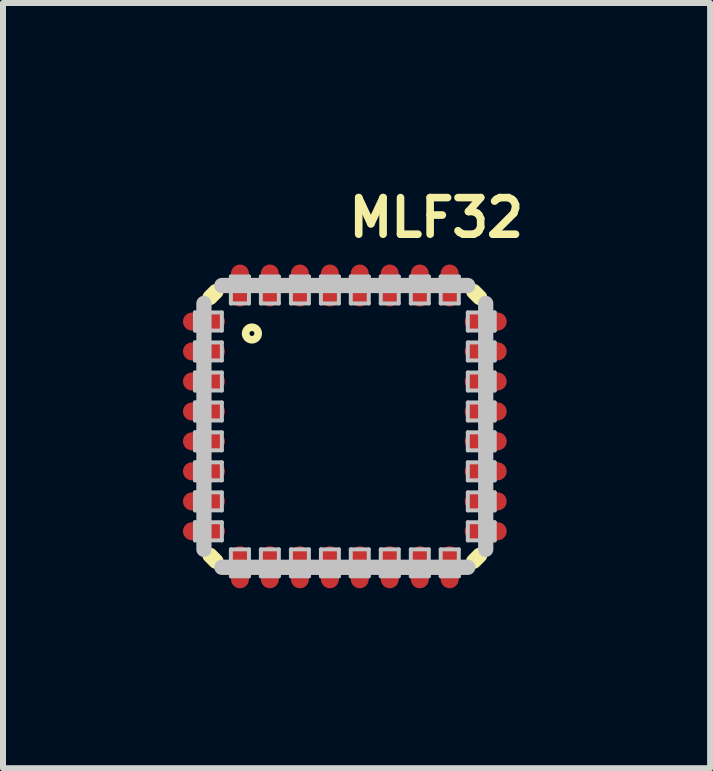
<source format=kicad_pcb>
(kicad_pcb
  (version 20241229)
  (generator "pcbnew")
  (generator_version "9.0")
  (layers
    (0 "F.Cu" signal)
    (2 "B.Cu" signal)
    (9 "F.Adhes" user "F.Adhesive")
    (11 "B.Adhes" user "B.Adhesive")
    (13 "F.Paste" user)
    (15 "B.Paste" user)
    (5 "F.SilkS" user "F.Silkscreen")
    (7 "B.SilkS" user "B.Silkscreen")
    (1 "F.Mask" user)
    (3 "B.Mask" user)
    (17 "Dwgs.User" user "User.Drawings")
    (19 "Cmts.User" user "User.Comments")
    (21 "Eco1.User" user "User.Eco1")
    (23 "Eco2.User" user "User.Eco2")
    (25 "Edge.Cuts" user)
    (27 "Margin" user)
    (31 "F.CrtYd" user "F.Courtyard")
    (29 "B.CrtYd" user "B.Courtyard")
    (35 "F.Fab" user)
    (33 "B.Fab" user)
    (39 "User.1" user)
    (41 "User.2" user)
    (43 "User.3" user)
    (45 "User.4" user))
  (footprint "MLF32"
    (layer "F.Cu")
    (at 2.699 4.059)
    (property "Reference" "MLF32" (at 1.524 -3.48 0) (layer "F.SilkS") (effects (font (size 0.61 0.61) (thickness 0.127))))
    (attr smd)
    (fp_line (start -2.248 -2.149) (end -2.149 -2.248) (stroke (width 0.254) (type solid)) (layer "F.SilkS"))
    (fp_line (start -2.149 2.248) (end -2.248 2.149) (stroke (width 0.254) (type solid)) (layer "F.SilkS"))
    (fp_line (start 2.149 -2.248) (end 2.248 -2.149) (stroke (width 0.254) (type solid)) (layer "F.SilkS"))
    (fp_line (start 2.248 2.149) (end 2.149 2.248) (stroke (width 0.254) (type solid)) (layer "F.SilkS"))
    (fp_circle (center -1.549 -1.549) (end -1.623 -1.623) (stroke (width 0.127) (type solid)) (fill no) (layer "F.SilkS"))
    (fp_line (start -2.499 -1.9) (end -2.05 -1.9) (stroke (width 0.066) (type solid)) (layer "Dwgs.User"))
    (fp_line (start -2.499 -1.598) (end -2.499 -1.9) (stroke (width 0.066) (type solid)) (layer "Dwgs.User"))
    (fp_line (start -2.499 -1.598) (end -2.05 -1.598) (stroke (width 0.066) (type solid)) (layer "Dwgs.User"))
    (fp_line (start -2.499 -1.4) (end -2.05 -1.4) (stroke (width 0.066) (type solid)) (layer "Dwgs.User"))
    (fp_line (start -2.499 -1.1) (end -2.499 -1.4) (stroke (width 0.066) (type solid)) (layer "Dwgs.User"))
    (fp_line (start -2.499 -1.1) (end -2.05 -1.1) (stroke (width 0.066) (type solid)) (layer "Dwgs.User"))
    (fp_line (start -2.499 -0.899) (end -2.05 -0.899) (stroke (width 0.066) (type solid)) (layer "Dwgs.User"))
    (fp_line (start -2.499 -0.599) (end -2.499 -0.899) (stroke (width 0.066) (type solid)) (layer "Dwgs.User"))
    (fp_line (start -2.499 -0.599) (end -2.05 -0.599) (stroke (width 0.066) (type solid)) (layer "Dwgs.User"))
    (fp_line (start -2.499 -0.399) (end -2.05 -0.399) (stroke (width 0.066) (type solid)) (layer "Dwgs.User"))
    (fp_line (start -2.499 -0.099) (end -2.499 -0.399) (stroke (width 0.066) (type solid)) (layer "Dwgs.User"))
    (fp_line (start -2.499 -0.099) (end -2.05 -0.099) (stroke (width 0.066) (type solid)) (layer "Dwgs.User"))
    (fp_line (start -2.499 0.099) (end -2.05 0.099) (stroke (width 0.066) (type solid)) (layer "Dwgs.User"))
    (fp_line (start -2.499 0.399) (end -2.499 0.099) (stroke (width 0.066) (type solid)) (layer "Dwgs.User"))
    (fp_line (start -2.499 0.399) (end -2.05 0.399) (stroke (width 0.066) (type solid)) (layer "Dwgs.User"))
    (fp_line (start -2.499 0.599) (end -2.05 0.599) (stroke (width 0.066) (type solid)) (layer "Dwgs.User"))
    (fp_line (start -2.499 0.899) (end -2.499 0.599) (stroke (width 0.066) (type solid)) (layer "Dwgs.User"))
    (fp_line (start -2.499 0.899) (end -2.05 0.899) (stroke (width 0.066) (type solid)) (layer "Dwgs.User"))
    (fp_line (start -2.499 1.1) (end -2.05 1.1) (stroke (width 0.066) (type solid)) (layer "Dwgs.User"))
    (fp_line (start -2.499 1.4) (end -2.499 1.1) (stroke (width 0.066) (type solid)) (layer "Dwgs.User"))
    (fp_line (start -2.499 1.4) (end -2.05 1.4) (stroke (width 0.066) (type solid)) (layer "Dwgs.User"))
    (fp_line (start -2.499 1.598) (end -2.05 1.598) (stroke (width 0.066) (type solid)) (layer "Dwgs.User"))
    (fp_line (start -2.499 1.9) (end -2.499 1.598) (stroke (width 0.066) (type solid)) (layer "Dwgs.User"))
    (fp_line (start -2.499 1.9) (end -2.05 1.9) (stroke (width 0.066) (type solid)) (layer "Dwgs.User"))
    (fp_line (start -2.349 2.05) (end -2.349 -2.05) (stroke (width 0.254) (type solid)) (layer "Dwgs.User"))
    (fp_line (start -2.05 -2.349) (end 2.05 -2.349) (stroke (width 0.254) (type solid)) (layer "Dwgs.User"))
    (fp_line (start -2.05 -1.598) (end -2.05 -1.9) (stroke (width 0.066) (type solid)) (layer "Dwgs.User"))
    (fp_line (start -2.05 -1.1) (end -2.05 -1.4) (stroke (width 0.066) (type solid)) (layer "Dwgs.User"))
    (fp_line (start -2.05 -0.599) (end -2.05 -0.899) (stroke (width 0.066) (type solid)) (layer "Dwgs.User"))
    (fp_line (start -2.05 -0.099) (end -2.05 -0.399) (stroke (width 0.066) (type solid)) (layer "Dwgs.User"))
    (fp_line (start -2.05 0.399) (end -2.05 0.099) (stroke (width 0.066) (type solid)) (layer "Dwgs.User"))
    (fp_line (start -2.05 0.899) (end -2.05 0.599) (stroke (width 0.066) (type solid)) (layer "Dwgs.User"))
    (fp_line (start -2.05 1.4) (end -2.05 1.1) (stroke (width 0.066) (type solid)) (layer "Dwgs.User"))
    (fp_line (start -2.05 1.9) (end -2.05 1.598) (stroke (width 0.066) (type solid)) (layer "Dwgs.User"))
    (fp_line (start -1.9 -2.499) (end -1.598 -2.499) (stroke (width 0.066) (type solid)) (layer "Dwgs.User"))
    (fp_line (start -1.9 -2.05) (end -1.9 -2.499) (stroke (width 0.066) (type solid)) (layer "Dwgs.User"))
    (fp_line (start -1.9 -2.05) (end -1.598 -2.05) (stroke (width 0.066) (type solid)) (layer "Dwgs.User"))
    (fp_line (start -1.9 2.05) (end -1.598 2.05) (stroke (width 0.066) (type solid)) (layer "Dwgs.User"))
    (fp_line (start -1.9 2.499) (end -1.9 2.05) (stroke (width 0.066) (type solid)) (layer "Dwgs.User"))
    (fp_line (start -1.9 2.499) (end -1.598 2.499) (stroke (width 0.066) (type solid)) (layer "Dwgs.User"))
    (fp_line (start -1.598 -2.05) (end -1.598 -2.499) (stroke (width 0.066) (type solid)) (layer "Dwgs.User"))
    (fp_line (start -1.598 2.499) (end -1.598 2.05) (stroke (width 0.066) (type solid)) (layer "Dwgs.User"))
    (fp_line (start -1.4 -2.499) (end -1.1 -2.499) (stroke (width 0.066) (type solid)) (layer "Dwgs.User"))
    (fp_line (start -1.4 -2.05) (end -1.4 -2.499) (stroke (width 0.066) (type solid)) (layer "Dwgs.User"))
    (fp_line (start -1.4 -2.05) (end -1.1 -2.05) (stroke (width 0.066) (type solid)) (layer "Dwgs.User"))
    (fp_line (start -1.4 2.05) (end -1.1 2.05) (stroke (width 0.066) (type solid)) (layer "Dwgs.User"))
    (fp_line (start -1.4 2.499) (end -1.4 2.05) (stroke (width 0.066) (type solid)) (layer "Dwgs.User"))
    (fp_line (start -1.4 2.499) (end -1.1 2.499) (stroke (width 0.066) (type solid)) (layer "Dwgs.User"))
    (fp_line (start -1.1 -2.05) (end -1.1 -2.499) (stroke (width 0.066) (type solid)) (layer "Dwgs.User"))
    (fp_line (start -1.1 2.499) (end -1.1 2.05) (stroke (width 0.066) (type solid)) (layer "Dwgs.User"))
    (fp_line (start -0.899 -2.499) (end -0.599 -2.499) (stroke (width 0.066) (type solid)) (layer "Dwgs.User"))
    (fp_line (start -0.899 -2.05) (end -0.899 -2.499) (stroke (width 0.066) (type solid)) (layer "Dwgs.User"))
    (fp_line (start -0.899 -2.05) (end -0.599 -2.05) (stroke (width 0.066) (type solid)) (layer "Dwgs.User"))
    (fp_line (start -0.899 2.05) (end -0.599 2.05) (stroke (width 0.066) (type solid)) (layer "Dwgs.User"))
    (fp_line (start -0.899 2.499) (end -0.899 2.05) (stroke (width 0.066) (type solid)) (layer "Dwgs.User"))
    (fp_line (start -0.899 2.499) (end -0.599 2.499) (stroke (width 0.066) (type solid)) (layer "Dwgs.User"))
    (fp_line (start -0.599 -2.05) (end -0.599 -2.499) (stroke (width 0.066) (type solid)) (layer "Dwgs.User"))
    (fp_line (start -0.599 2.499) (end -0.599 2.05) (stroke (width 0.066) (type solid)) (layer "Dwgs.User"))
    (fp_line (start -0.399 -2.499) (end -0.099 -2.499) (stroke (width 0.066) (type solid)) (layer "Dwgs.User"))
    (fp_line (start -0.399 -2.05) (end -0.399 -2.499) (stroke (width 0.066) (type solid)) (layer "Dwgs.User"))
    (fp_line (start -0.399 -2.05) (end -0.099 -2.05) (stroke (width 0.066) (type solid)) (layer "Dwgs.User"))
    (fp_line (start -0.399 2.05) (end -0.099 2.05) (stroke (width 0.066) (type solid)) (layer "Dwgs.User"))
    (fp_line (start -0.399 2.499) (end -0.399 2.05) (stroke (width 0.066) (type solid)) (layer "Dwgs.User"))
    (fp_line (start -0.399 2.499) (end -0.099 2.499) (stroke (width 0.066) (type solid)) (layer "Dwgs.User"))
    (fp_line (start -0.099 -2.05) (end -0.099 -2.499) (stroke (width 0.066) (type solid)) (layer "Dwgs.User"))
    (fp_line (start -0.099 2.499) (end -0.099 2.05) (stroke (width 0.066) (type solid)) (layer "Dwgs.User"))
    (fp_line (start 0.099 -2.499) (end 0.399 -2.499) (stroke (width 0.066) (type solid)) (layer "Dwgs.User"))
    (fp_line (start 0.099 -2.05) (end 0.099 -2.499) (stroke (width 0.066) (type solid)) (layer "Dwgs.User"))
    (fp_line (start 0.099 -2.05) (end 0.399 -2.05) (stroke (width 0.066) (type solid)) (layer "Dwgs.User"))
    (fp_line (start 0.099 2.05) (end 0.399 2.05) (stroke (width 0.066) (type solid)) (layer "Dwgs.User"))
    (fp_line (start 0.099 2.499) (end 0.099 2.05) (stroke (width 0.066) (type solid)) (layer "Dwgs.User"))
    (fp_line (start 0.099 2.499) (end 0.399 2.499) (stroke (width 0.066) (type solid)) (layer "Dwgs.User"))
    (fp_line (start 0.399 -2.05) (end 0.399 -2.499) (stroke (width 0.066) (type solid)) (layer "Dwgs.User"))
    (fp_line (start 0.399 2.499) (end 0.399 2.05) (stroke (width 0.066) (type solid)) (layer "Dwgs.User"))
    (fp_line (start 0.599 -2.499) (end 0.899 -2.499) (stroke (width 0.066) (type solid)) (layer "Dwgs.User"))
    (fp_line (start 0.599 -2.05) (end 0.599 -2.499) (stroke (width 0.066) (type solid)) (layer "Dwgs.User"))
    (fp_line (start 0.599 -2.05) (end 0.899 -2.05) (stroke (width 0.066) (type solid)) (layer "Dwgs.User"))
    (fp_line (start 0.599 2.05) (end 0.899 2.05) (stroke (width 0.066) (type solid)) (layer "Dwgs.User"))
    (fp_line (start 0.599 2.499) (end 0.599 2.05) (stroke (width 0.066) (type solid)) (layer "Dwgs.User"))
    (fp_line (start 0.599 2.499) (end 0.899 2.499) (stroke (width 0.066) (type solid)) (layer "Dwgs.User"))
    (fp_line (start 0.899 -2.05) (end 0.899 -2.499) (stroke (width 0.066) (type solid)) (layer "Dwgs.User"))
    (fp_line (start 0.899 2.499) (end 0.899 2.05) (stroke (width 0.066) (type solid)) (layer "Dwgs.User"))
    (fp_line (start 1.1 -2.499) (end 1.4 -2.499) (stroke (width 0.066) (type solid)) (layer "Dwgs.User"))
    (fp_line (start 1.1 -2.05) (end 1.1 -2.499) (stroke (width 0.066) (type solid)) (layer "Dwgs.User"))
    (fp_line (start 1.1 -2.05) (end 1.4 -2.05) (stroke (width 0.066) (type solid)) (layer "Dwgs.User"))
    (fp_line (start 1.1 2.05) (end 1.4 2.05) (stroke (width 0.066) (type solid)) (layer "Dwgs.User"))
    (fp_line (start 1.1 2.499) (end 1.1 2.05) (stroke (width 0.066) (type solid)) (layer "Dwgs.User"))
    (fp_line (start 1.1 2.499) (end 1.4 2.499) (stroke (width 0.066) (type solid)) (layer "Dwgs.User"))
    (fp_line (start 1.4 -2.05) (end 1.4 -2.499) (stroke (width 0.066) (type solid)) (layer "Dwgs.User"))
    (fp_line (start 1.4 2.499) (end 1.4 2.05) (stroke (width 0.066) (type solid)) (layer "Dwgs.User"))
    (fp_line (start 1.598 -2.499) (end 1.9 -2.499) (stroke (width 0.066) (type solid)) (layer "Dwgs.User"))
    (fp_line (start 1.598 -2.05) (end 1.598 -2.499) (stroke (width 0.066) (type solid)) (layer "Dwgs.User"))
    (fp_line (start 1.598 -2.05) (end 1.9 -2.05) (stroke (width 0.066) (type solid)) (layer "Dwgs.User"))
    (fp_line (start 1.598 2.05) (end 1.9 2.05) (stroke (width 0.066) (type solid)) (layer "Dwgs.User"))
    (fp_line (start 1.598 2.499) (end 1.598 2.05) (stroke (width 0.066) (type solid)) (layer "Dwgs.User"))
    (fp_line (start 1.598 2.499) (end 1.9 2.499) (stroke (width 0.066) (type solid)) (layer "Dwgs.User"))
    (fp_line (start 1.9 -2.05) (end 1.9 -2.499) (stroke (width 0.066) (type solid)) (layer "Dwgs.User"))
    (fp_line (start 1.9 2.499) (end 1.9 2.05) (stroke (width 0.066) (type solid)) (layer "Dwgs.User"))
    (fp_line (start 2.05 -1.9) (end 2.499 -1.9) (stroke (width 0.066) (type solid)) (layer "Dwgs.User"))
    (fp_line (start 2.05 -1.598) (end 2.05 -1.9) (stroke (width 0.066) (type solid)) (layer "Dwgs.User"))
    (fp_line (start 2.05 -1.598) (end 2.499 -1.598) (stroke (width 0.066) (type solid)) (layer "Dwgs.User"))
    (fp_line (start 2.05 -1.4) (end 2.499 -1.4) (stroke (width 0.066) (type solid)) (layer "Dwgs.User"))
    (fp_line (start 2.05 -1.1) (end 2.05 -1.4) (stroke (width 0.066) (type solid)) (layer "Dwgs.User"))
    (fp_line (start 2.05 -1.1) (end 2.499 -1.1) (stroke (width 0.066) (type solid)) (layer "Dwgs.User"))
    (fp_line (start 2.05 -0.899) (end 2.499 -0.899) (stroke (width 0.066) (type solid)) (layer "Dwgs.User"))
    (fp_line (start 2.05 -0.599) (end 2.05 -0.899) (stroke (width 0.066) (type solid)) (layer "Dwgs.User"))
    (fp_line (start 2.05 -0.599) (end 2.499 -0.599) (stroke (width 0.066) (type solid)) (layer "Dwgs.User"))
    (fp_line (start 2.05 -0.399) (end 2.499 -0.399) (stroke (width 0.066) (type solid)) (layer "Dwgs.User"))
    (fp_line (start 2.05 -0.099) (end 2.05 -0.399) (stroke (width 0.066) (type solid)) (layer "Dwgs.User"))
    (fp_line (start 2.05 -0.099) (end 2.499 -0.099) (stroke (width 0.066) (type solid)) (layer "Dwgs.User"))
    (fp_line (start 2.05 0.099) (end 2.499 0.099) (stroke (width 0.066) (type solid)) (layer "Dwgs.User"))
    (fp_line (start 2.05 0.399) (end 2.05 0.099) (stroke (width 0.066) (type solid)) (layer "Dwgs.User"))
    (fp_line (start 2.05 0.399) (end 2.499 0.399) (stroke (width 0.066) (type solid)) (layer "Dwgs.User"))
    (fp_line (start 2.05 0.599) (end 2.499 0.599) (stroke (width 0.066) (type solid)) (layer "Dwgs.User"))
    (fp_line (start 2.05 0.899) (end 2.05 0.599) (stroke (width 0.066) (type solid)) (layer "Dwgs.User"))
    (fp_line (start 2.05 0.899) (end 2.499 0.899) (stroke (width 0.066) (type solid)) (layer "Dwgs.User"))
    (fp_line (start 2.05 1.1) (end 2.499 1.1) (stroke (width 0.066) (type solid)) (layer "Dwgs.User"))
    (fp_line (start 2.05 1.4) (end 2.05 1.1) (stroke (width 0.066) (type solid)) (layer "Dwgs.User"))
    (fp_line (start 2.05 1.4) (end 2.499 1.4) (stroke (width 0.066) (type solid)) (layer "Dwgs.User"))
    (fp_line (start 2.05 1.598) (end 2.499 1.598) (stroke (width 0.066) (type solid)) (layer "Dwgs.User"))
    (fp_line (start 2.05 1.9) (end 2.05 1.598) (stroke (width 0.066) (type solid)) (layer "Dwgs.User"))
    (fp_line (start 2.05 1.9) (end 2.499 1.9) (stroke (width 0.066) (type solid)) (layer "Dwgs.User"))
    (fp_line (start 2.05 2.349) (end -2.05 2.349) (stroke (width 0.254) (type solid)) (layer "Dwgs.User"))
    (fp_line (start 2.349 -2.05) (end 2.349 2.05) (stroke (width 0.254) (type solid)) (layer "Dwgs.User"))
    (fp_line (start 2.499 -1.598) (end 2.499 -1.9) (stroke (width 0.066) (type solid)) (layer "Dwgs.User"))
    (fp_line (start 2.499 -1.1) (end 2.499 -1.4) (stroke (width 0.066) (type solid)) (layer "Dwgs.User"))
    (fp_line (start 2.499 -0.599) (end 2.499 -0.899) (stroke (width 0.066) (type solid)) (layer "Dwgs.User"))
    (fp_line (start 2.499 -0.099) (end 2.499 -0.399) (stroke (width 0.066) (type solid)) (layer "Dwgs.User"))
    (fp_line (start 2.499 0.399) (end 2.499 0.099) (stroke (width 0.066) (type solid)) (layer "Dwgs.User"))
    (fp_line (start 2.499 0.899) (end 2.499 0.599) (stroke (width 0.066) (type solid)) (layer "Dwgs.User"))
    (fp_line (start 2.499 1.4) (end 2.499 1.1) (stroke (width 0.066) (type solid)) (layer "Dwgs.User"))
    (fp_line (start 2.499 1.9) (end 2.499 1.598) (stroke (width 0.066) (type solid)) (layer "Dwgs.User"))
    (pad "1" smd oval (at -2.349 -1.748) (size 0.699 0.3) (layers "F.Cu" "F.Mask" "F.Paste"))
    (pad "2" smd oval (at -2.349 -1.25) (size 0.699 0.3) (layers "F.Cu" "F.Mask" "F.Paste"))
    (pad "3" smd oval (at -2.349 -0.749) (size 0.699 0.3) (layers "F.Cu" "F.Mask" "F.Paste"))
    (pad "4" smd oval (at -2.349 -0.249) (size 0.699 0.3) (layers "F.Cu" "F.Mask" "F.Paste"))
    (pad "5" smd oval (at -2.349 0.249) (size 0.699 0.3) (layers "F.Cu" "F.Mask" "F.Paste"))
    (pad "6" smd oval (at -2.349 0.749) (size 0.699 0.3) (layers "F.Cu" "F.Mask" "F.Paste"))
    (pad "7" smd oval (at -2.349 1.25) (size 0.699 0.3) (layers "F.Cu" "F.Mask" "F.Paste"))
    (pad "8" smd oval (at -2.349 1.748) (size 0.699 0.3) (layers "F.Cu" "F.Mask" "F.Paste"))
    (pad "9" smd oval (at -1.748 2.349) (size 0.3 0.699) (layers "F.Cu" "F.Mask" "F.Paste"))
    (pad "10" smd oval (at -1.25 2.349) (size 0.3 0.699) (layers "F.Cu" "F.Mask" "F.Paste"))
    (pad "11" smd oval (at -0.749 2.349) (size 0.3 0.699) (layers "F.Cu" "F.Mask" "F.Paste"))
    (pad "12" smd oval (at -0.249 2.349) (size 0.3 0.699) (layers "F.Cu" "F.Mask" "F.Paste"))
    (pad "13" smd oval (at 0.249 2.349) (size 0.3 0.699) (layers "F.Cu" "F.Mask" "F.Paste"))
    (pad "14" smd oval (at 0.749 2.349) (size 0.3 0.699) (layers "F.Cu" "F.Mask" "F.Paste"))
    (pad "15" smd oval (at 1.25 2.349) (size 0.3 0.699) (layers "F.Cu" "F.Mask" "F.Paste"))
    (pad "16" smd oval (at 1.748 2.349) (size 0.3 0.699) (layers "F.Cu" "F.Mask" "F.Paste"))
    (pad "17" smd oval (at 2.349 1.748) (size 0.699 0.3) (layers "F.Cu" "F.Mask" "F.Paste"))
    (pad "18" smd oval (at 2.349 1.25) (size 0.699 0.3) (layers "F.Cu" "F.Mask" "F.Paste"))
    (pad "19" smd oval (at 2.349 0.749) (size 0.699 0.3) (layers "F.Cu" "F.Mask" "F.Paste"))
    (pad "20" smd oval (at 2.349 0.249) (size 0.699 0.3) (layers "F.Cu" "F.Mask" "F.Paste"))
    (pad "21" smd oval (at 2.349 -0.249) (size 0.699 0.3) (layers "F.Cu" "F.Mask" "F.Paste"))
    (pad "22" smd oval (at 2.349 -0.749) (size 0.699 0.3) (layers "F.Cu" "F.Mask" "F.Paste"))
    (pad "23" smd oval (at 2.349 -1.25) (size 0.699 0.3) (layers "F.Cu" "F.Mask" "F.Paste"))
    (pad "24" smd oval (at 2.349 -1.748) (size 0.699 0.3) (layers "F.Cu" "F.Mask" "F.Paste"))
    (pad "25" smd oval (at 1.748 -2.349) (size 0.3 0.699) (layers "F.Cu" "F.Mask" "F.Paste"))
    (pad "26" smd oval (at 1.25 -2.349) (size 0.3 0.699) (layers "F.Cu" "F.Mask" "F.Paste"))
    (pad "27" smd oval (at 0.749 -2.349) (size 0.3 0.699) (layers "F.Cu" "F.Mask" "F.Paste"))
    (pad "28" smd oval (at 0.249 -2.349) (size 0.3 0.699) (layers "F.Cu" "F.Mask" "F.Paste"))
    (pad "29" smd oval (at -0.249 -2.349) (size 0.3 0.699) (layers "F.Cu" "F.Mask" "F.Paste"))
    (pad "30" smd oval (at -0.749 -2.349) (size 0.3 0.699) (layers "F.Cu" "F.Mask" "F.Paste"))
    (pad "31" smd oval (at -1.25 -2.349) (size 0.3 0.699) (layers "F.Cu" "F.Mask" "F.Paste"))
    (pad "32" smd oval (at -1.748 -2.349) (size 0.3 0.699) (layers "F.Cu" "F.Mask" "F.Paste")))
  (gr_rect
    (start -3 -3)
    (end 8.789 9.758)
    (stroke (width 0.1) (type default))
    (fill no)
    (layer "Edge.Cuts")))
</source>
